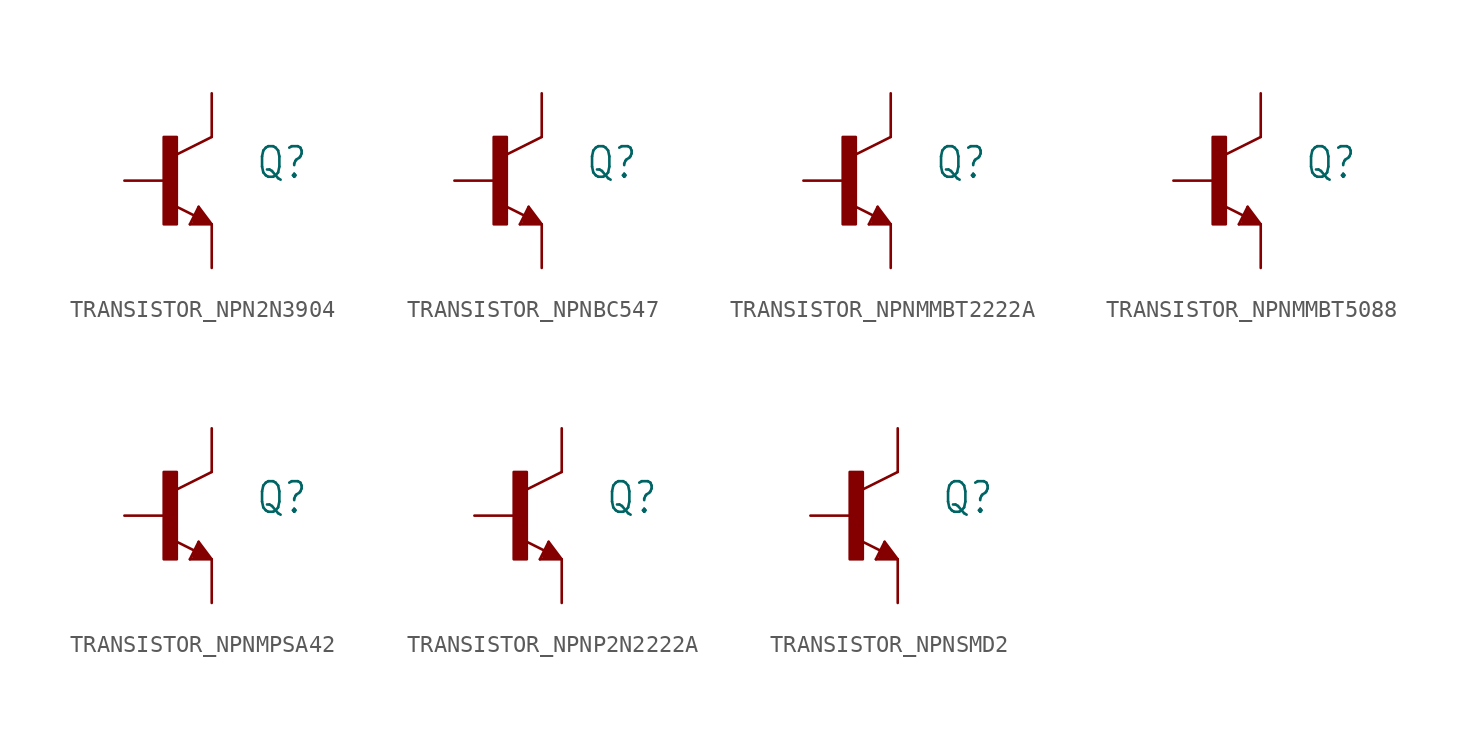
<source format=kicad_sym>
(kicad_symbol_lib
  (version 20231120)
  (generator "kicad_symbol_editor")
  (generator_version "8.0")
  (symbol "TRANSISTOR_NPN2N3904"
    (property "Reference" "Q"
      (at 5.08 0 0)
      (effects (font (size 1.778 1.511)) (justify left bottom)))
    (property "Value" ""
      (at 5.08 -2.54 0)
      (effects (font (size 1.778 1.511)) (justify left bottom)))
    (property "ki_locked" ""
      (at 0 0 0)
      (effects (font (size 1.27 1.27))))
    (symbol "TRANSISTOR_NPN2N3904_1_0"
      (rectangle (start -0.254 -2.54) (end 0.508 2.54) (stroke (width 0) (type default)) (fill (type outline)))
      (polyline (pts (xy 1.27 -2.54) (xy 1.778 -1.524)) (stroke (width 0.152) (type solid)) (fill (type none)))
      (polyline (pts (xy 1.524 -2.413) (xy 2.286 -2.413)) (stroke (width 0.254) (type solid)) (fill (type none)))
      (polyline (pts (xy 1.524 -2.286) (xy 1.905 -2.286)) (stroke (width 0.254) (type solid)) (fill (type none)))
      (polyline (pts (xy 1.54 -2.04) (xy 0.308 -1.424)) (stroke (width 0.152) (type solid)) (fill (type none)))
      (polyline (pts (xy 1.778 -1.778) (xy 1.524 -2.286)) (stroke (width 0.254) (type solid)) (fill (type none)))
      (polyline (pts (xy 1.778 -1.524) (xy 2.54 -2.54)) (stroke (width 0.152) (type solid)) (fill (type none)))
      (polyline (pts (xy 1.905 -2.286) (xy 1.778 -2.032)) (stroke (width 0.254) (type solid)) (fill (type none)))
      (polyline (pts (xy 2.286 -2.413) (xy 1.778 -1.778)) (stroke (width 0.254) (type solid)) (fill (type none)))
      (polyline (pts (xy 2.54 -2.54) (xy 1.27 -2.54)) (stroke (width 0.152) (type solid)) (fill (type none)))
      (polyline (pts (xy 2.54 2.54) (xy 0.508 1.524)) (stroke (width 0.152) (type solid)) (fill (type none)))
      (pin passive line (at 2.54 -5.08 90) (length 2.54) (name "E" (effects (font (size 0 0)))) (number "1" (effects (font (size 0 0)))))
      (pin passive line (at -2.54 0 0) (length 2.54) (name "B" (effects (font (size 0 0)))) (number "2" (effects (font (size 0 0)))))
      (pin passive line (at 2.54 5.08 270) (length 2.54) (name "C" (effects (font (size 0 0)))) (number "3" (effects (font (size 0 0)))))))
  (symbol "TRANSISTOR_NPNBC547"
    (property "Reference" "Q"
      (at 5.08 0 0)
      (effects (font (size 1.778 1.511)) (justify left bottom)))
    (property "Value" ""
      (at 5.08 -2.54 0)
      (effects (font (size 1.778 1.511)) (justify left bottom)))
    (property "ki_locked" ""
      (at 0 0 0)
      (effects (font (size 1.27 1.27))))
    (symbol "TRANSISTOR_NPNBC547_1_0"
      (rectangle (start -0.254 -2.54) (end 0.508 2.54) (stroke (width 0) (type default)) (fill (type outline)))
      (polyline (pts (xy 1.27 -2.54) (xy 1.778 -1.524)) (stroke (width 0.152) (type solid)) (fill (type none)))
      (polyline (pts (xy 1.524 -2.413) (xy 2.286 -2.413)) (stroke (width 0.254) (type solid)) (fill (type none)))
      (polyline (pts (xy 1.524 -2.286) (xy 1.905 -2.286)) (stroke (width 0.254) (type solid)) (fill (type none)))
      (polyline (pts (xy 1.54 -2.04) (xy 0.308 -1.424)) (stroke (width 0.152) (type solid)) (fill (type none)))
      (polyline (pts (xy 1.778 -1.778) (xy 1.524 -2.286)) (stroke (width 0.254) (type solid)) (fill (type none)))
      (polyline (pts (xy 1.778 -1.524) (xy 2.54 -2.54)) (stroke (width 0.152) (type solid)) (fill (type none)))
      (polyline (pts (xy 1.905 -2.286) (xy 1.778 -2.032)) (stroke (width 0.254) (type solid)) (fill (type none)))
      (polyline (pts (xy 2.286 -2.413) (xy 1.778 -1.778)) (stroke (width 0.254) (type solid)) (fill (type none)))
      (polyline (pts (xy 2.54 -2.54) (xy 1.27 -2.54)) (stroke (width 0.152) (type solid)) (fill (type none)))
      (polyline (pts (xy 2.54 2.54) (xy 0.508 1.524)) (stroke (width 0.152) (type solid)) (fill (type none)))
      (pin passive line (at 2.54 5.08 270) (length 2.54) (name "C" (effects (font (size 0 0)))) (number "1" (effects (font (size 0 0)))))
      (pin passive line (at -2.54 0 0) (length 2.54) (name "B" (effects (font (size 0 0)))) (number "2" (effects (font (size 0 0)))))
      (pin passive line (at 2.54 -5.08 90) (length 2.54) (name "E" (effects (font (size 0 0)))) (number "3" (effects (font (size 0 0)))))))
  (symbol "TRANSISTOR_NPNMMBT2222A"
    (property "Reference" "Q"
      (at 5.08 0 0)
      (effects (font (size 1.778 1.511)) (justify left bottom)))
    (property "Value" ""
      (at 5.08 -2.54 0)
      (effects (font (size 1.778 1.511)) (justify left bottom)))
    (property "ki_locked" ""
      (at 0 0 0)
      (effects (font (size 1.27 1.27))))
    (symbol "TRANSISTOR_NPNMMBT2222A_1_0"
      (rectangle (start -0.254 -2.54) (end 0.508 2.54) (stroke (width 0) (type default)) (fill (type outline)))
      (polyline (pts (xy 1.27 -2.54) (xy 1.778 -1.524)) (stroke (width 0.152) (type solid)) (fill (type none)))
      (polyline (pts (xy 1.524 -2.413) (xy 2.286 -2.413)) (stroke (width 0.254) (type solid)) (fill (type none)))
      (polyline (pts (xy 1.524 -2.286) (xy 1.905 -2.286)) (stroke (width 0.254) (type solid)) (fill (type none)))
      (polyline (pts (xy 1.54 -2.04) (xy 0.308 -1.424)) (stroke (width 0.152) (type solid)) (fill (type none)))
      (polyline (pts (xy 1.778 -1.778) (xy 1.524 -2.286)) (stroke (width 0.254) (type solid)) (fill (type none)))
      (polyline (pts (xy 1.778 -1.524) (xy 2.54 -2.54)) (stroke (width 0.152) (type solid)) (fill (type none)))
      (polyline (pts (xy 1.905 -2.286) (xy 1.778 -2.032)) (stroke (width 0.254) (type solid)) (fill (type none)))
      (polyline (pts (xy 2.286 -2.413) (xy 1.778 -1.778)) (stroke (width 0.254) (type solid)) (fill (type none)))
      (polyline (pts (xy 2.54 -2.54) (xy 1.27 -2.54)) (stroke (width 0.152) (type solid)) (fill (type none)))
      (polyline (pts (xy 2.54 2.54) (xy 0.508 1.524)) (stroke (width 0.152) (type solid)) (fill (type none)))
      (pin passive line (at -2.54 0 0) (length 2.54) (name "B" (effects (font (size 0 0)))) (number "1" (effects (font (size 0 0)))))
      (pin passive line (at 2.54 -5.08 90) (length 2.54) (name "E" (effects (font (size 0 0)))) (number "2" (effects (font (size 0 0)))))
      (pin passive line (at 2.54 5.08 270) (length 2.54) (name "C" (effects (font (size 0 0)))) (number "3" (effects (font (size 0 0)))))))
  (symbol "TRANSISTOR_NPNMMBT5088"
    (property "Reference" "Q"
      (at 5.08 0 0)
      (effects (font (size 1.778 1.511)) (justify left bottom)))
    (property "Value" ""
      (at 5.08 -2.54 0)
      (effects (font (size 1.778 1.511)) (justify left bottom)))
    (property "ki_locked" ""
      (at 0 0 0)
      (effects (font (size 1.27 1.27))))
    (symbol "TRANSISTOR_NPNMMBT5088_1_0"
      (rectangle (start -0.254 -2.54) (end 0.508 2.54) (stroke (width 0) (type default)) (fill (type outline)))
      (polyline (pts (xy 1.27 -2.54) (xy 1.778 -1.524)) (stroke (width 0.152) (type solid)) (fill (type none)))
      (polyline (pts (xy 1.524 -2.413) (xy 2.286 -2.413)) (stroke (width 0.254) (type solid)) (fill (type none)))
      (polyline (pts (xy 1.524 -2.286) (xy 1.905 -2.286)) (stroke (width 0.254) (type solid)) (fill (type none)))
      (polyline (pts (xy 1.54 -2.04) (xy 0.308 -1.424)) (stroke (width 0.152) (type solid)) (fill (type none)))
      (polyline (pts (xy 1.778 -1.778) (xy 1.524 -2.286)) (stroke (width 0.254) (type solid)) (fill (type none)))
      (polyline (pts (xy 1.778 -1.524) (xy 2.54 -2.54)) (stroke (width 0.152) (type solid)) (fill (type none)))
      (polyline (pts (xy 1.905 -2.286) (xy 1.778 -2.032)) (stroke (width 0.254) (type solid)) (fill (type none)))
      (polyline (pts (xy 2.286 -2.413) (xy 1.778 -1.778)) (stroke (width 0.254) (type solid)) (fill (type none)))
      (polyline (pts (xy 2.54 -2.54) (xy 1.27 -2.54)) (stroke (width 0.152) (type solid)) (fill (type none)))
      (polyline (pts (xy 2.54 2.54) (xy 0.508 1.524)) (stroke (width 0.152) (type solid)) (fill (type none)))
      (pin passive line (at -2.54 0 0) (length 2.54) (name "B" (effects (font (size 0 0)))) (number "1" (effects (font (size 0 0)))))
      (pin passive line (at 2.54 -5.08 90) (length 2.54) (name "E" (effects (font (size 0 0)))) (number "2" (effects (font (size 0 0)))))
      (pin passive line (at 2.54 5.08 270) (length 2.54) (name "C" (effects (font (size 0 0)))) (number "3" (effects (font (size 0 0)))))))
  (symbol "TRANSISTOR_NPNMPSA42"
    (property "Reference" "Q"
      (at 5.08 0 0)
      (effects (font (size 1.778 1.511)) (justify left bottom)))
    (property "Value" ""
      (at 5.08 -2.54 0)
      (effects (font (size 1.778 1.511)) (justify left bottom)))
    (property "ki_locked" ""
      (at 0 0 0)
      (effects (font (size 1.27 1.27))))
    (symbol "TRANSISTOR_NPNMPSA42_1_0"
      (rectangle (start -0.254 -2.54) (end 0.508 2.54) (stroke (width 0) (type default)) (fill (type outline)))
      (polyline (pts (xy 1.27 -2.54) (xy 1.778 -1.524)) (stroke (width 0.152) (type solid)) (fill (type none)))
      (polyline (pts (xy 1.524 -2.413) (xy 2.286 -2.413)) (stroke (width 0.254) (type solid)) (fill (type none)))
      (polyline (pts (xy 1.524 -2.286) (xy 1.905 -2.286)) (stroke (width 0.254) (type solid)) (fill (type none)))
      (polyline (pts (xy 1.54 -2.04) (xy 0.308 -1.424)) (stroke (width 0.152) (type solid)) (fill (type none)))
      (polyline (pts (xy 1.778 -1.778) (xy 1.524 -2.286)) (stroke (width 0.254) (type solid)) (fill (type none)))
      (polyline (pts (xy 1.778 -1.524) (xy 2.54 -2.54)) (stroke (width 0.152) (type solid)) (fill (type none)))
      (polyline (pts (xy 1.905 -2.286) (xy 1.778 -2.032)) (stroke (width 0.254) (type solid)) (fill (type none)))
      (polyline (pts (xy 2.286 -2.413) (xy 1.778 -1.778)) (stroke (width 0.254) (type solid)) (fill (type none)))
      (polyline (pts (xy 2.54 -2.54) (xy 1.27 -2.54)) (stroke (width 0.152) (type solid)) (fill (type none)))
      (polyline (pts (xy 2.54 2.54) (xy 0.508 1.524)) (stroke (width 0.152) (type solid)) (fill (type none)))
      (pin passive line (at -2.54 0 0) (length 2.54) (name "B" (effects (font (size 0 0)))) (number "1" (effects (font (size 0 0)))))
      (pin passive line (at 2.54 -5.08 90) (length 2.54) (name "E" (effects (font (size 0 0)))) (number "2" (effects (font (size 0 0)))))
      (pin passive line (at 2.54 5.08 270) (length 2.54) (name "C" (effects (font (size 0 0)))) (number "3" (effects (font (size 0 0)))))))
  (symbol "TRANSISTOR_NPNP2N2222A"
    (property "Reference" "Q"
      (at 5.08 0 0)
      (effects (font (size 1.778 1.511)) (justify left bottom)))
    (property "Value" ""
      (at 5.08 -2.54 0)
      (effects (font (size 1.778 1.511)) (justify left bottom)))
    (property "ki_locked" ""
      (at 0 0 0)
      (effects (font (size 1.27 1.27))))
    (symbol "TRANSISTOR_NPNP2N2222A_1_0"
      (rectangle (start -0.254 -2.54) (end 0.508 2.54) (stroke (width 0) (type default)) (fill (type outline)))
      (polyline (pts (xy 1.27 -2.54) (xy 1.778 -1.524)) (stroke (width 0.152) (type solid)) (fill (type none)))
      (polyline (pts (xy 1.524 -2.413) (xy 2.286 -2.413)) (stroke (width 0.254) (type solid)) (fill (type none)))
      (polyline (pts (xy 1.524 -2.286) (xy 1.905 -2.286)) (stroke (width 0.254) (type solid)) (fill (type none)))
      (polyline (pts (xy 1.54 -2.04) (xy 0.308 -1.424)) (stroke (width 0.152) (type solid)) (fill (type none)))
      (polyline (pts (xy 1.778 -1.778) (xy 1.524 -2.286)) (stroke (width 0.254) (type solid)) (fill (type none)))
      (polyline (pts (xy 1.778 -1.524) (xy 2.54 -2.54)) (stroke (width 0.152) (type solid)) (fill (type none)))
      (polyline (pts (xy 1.905 -2.286) (xy 1.778 -2.032)) (stroke (width 0.254) (type solid)) (fill (type none)))
      (polyline (pts (xy 2.286 -2.413) (xy 1.778 -1.778)) (stroke (width 0.254) (type solid)) (fill (type none)))
      (polyline (pts (xy 2.54 -2.54) (xy 1.27 -2.54)) (stroke (width 0.152) (type solid)) (fill (type none)))
      (polyline (pts (xy 2.54 2.54) (xy 0.508 1.524)) (stroke (width 0.152) (type solid)) (fill (type none)))
      (pin passive line (at 2.54 5.08 270) (length 2.54) (name "C" (effects (font (size 0 0)))) (number "1" (effects (font (size 0 0)))))
      (pin passive line (at -2.54 0 0) (length 2.54) (name "B" (effects (font (size 0 0)))) (number "2" (effects (font (size 0 0)))))
      (pin passive line (at 2.54 -5.08 90) (length 2.54) (name "E" (effects (font (size 0 0)))) (number "3" (effects (font (size 0 0)))))))
  (symbol "TRANSISTOR_NPNSMD2"
    (property "Reference" "Q"
      (at 5.08 0 0)
      (effects (font (size 1.778 1.511)) (justify left bottom)))
    (property "Value" ""
      (at 5.08 -2.54 0)
      (effects (font (size 1.778 1.511)) (justify left bottom)))
    (property "ki_locked" ""
      (at 0 0 0)
      (effects (font (size 1.27 1.27))))
    (symbol "TRANSISTOR_NPNSMD2_1_0"
      (rectangle (start -0.254 -2.54) (end 0.508 2.54) (stroke (width 0) (type default)) (fill (type outline)))
      (polyline (pts (xy 1.27 -2.54) (xy 1.778 -1.524)) (stroke (width 0.152) (type solid)) (fill (type none)))
      (polyline (pts (xy 1.524 -2.413) (xy 2.286 -2.413)) (stroke (width 0.254) (type solid)) (fill (type none)))
      (polyline (pts (xy 1.524 -2.286) (xy 1.905 -2.286)) (stroke (width 0.254) (type solid)) (fill (type none)))
      (polyline (pts (xy 1.54 -2.04) (xy 0.308 -1.424)) (stroke (width 0.152) (type solid)) (fill (type none)))
      (polyline (pts (xy 1.778 -1.778) (xy 1.524 -2.286)) (stroke (width 0.254) (type solid)) (fill (type none)))
      (polyline (pts (xy 1.778 -1.524) (xy 2.54 -2.54)) (stroke (width 0.152) (type solid)) (fill (type none)))
      (polyline (pts (xy 1.905 -2.286) (xy 1.778 -2.032)) (stroke (width 0.254) (type solid)) (fill (type none)))
      (polyline (pts (xy 2.286 -2.413) (xy 1.778 -1.778)) (stroke (width 0.254) (type solid)) (fill (type none)))
      (polyline (pts (xy 2.54 -2.54) (xy 1.27 -2.54)) (stroke (width 0.152) (type solid)) (fill (type none)))
      (polyline (pts (xy 2.54 2.54) (xy 0.508 1.524)) (stroke (width 0.152) (type solid)) (fill (type none)))
      (pin passive line (at -2.54 0 0) (length 2.54) (name "B" (effects (font (size 0 0)))) (number "1" (effects (font (size 0 0)))))
      (pin passive line (at 2.54 5.08 270) (length 2.54) (name "C" (effects (font (size 0 0)))) (number "2" (effects (font (size 0 0)))))
      (pin passive line (at 2.54 -5.08 90) (length 2.54) (name "E" (effects (font (size 0 0)))) (number "3" (effects (font (size 0 0))))))))
</source>
